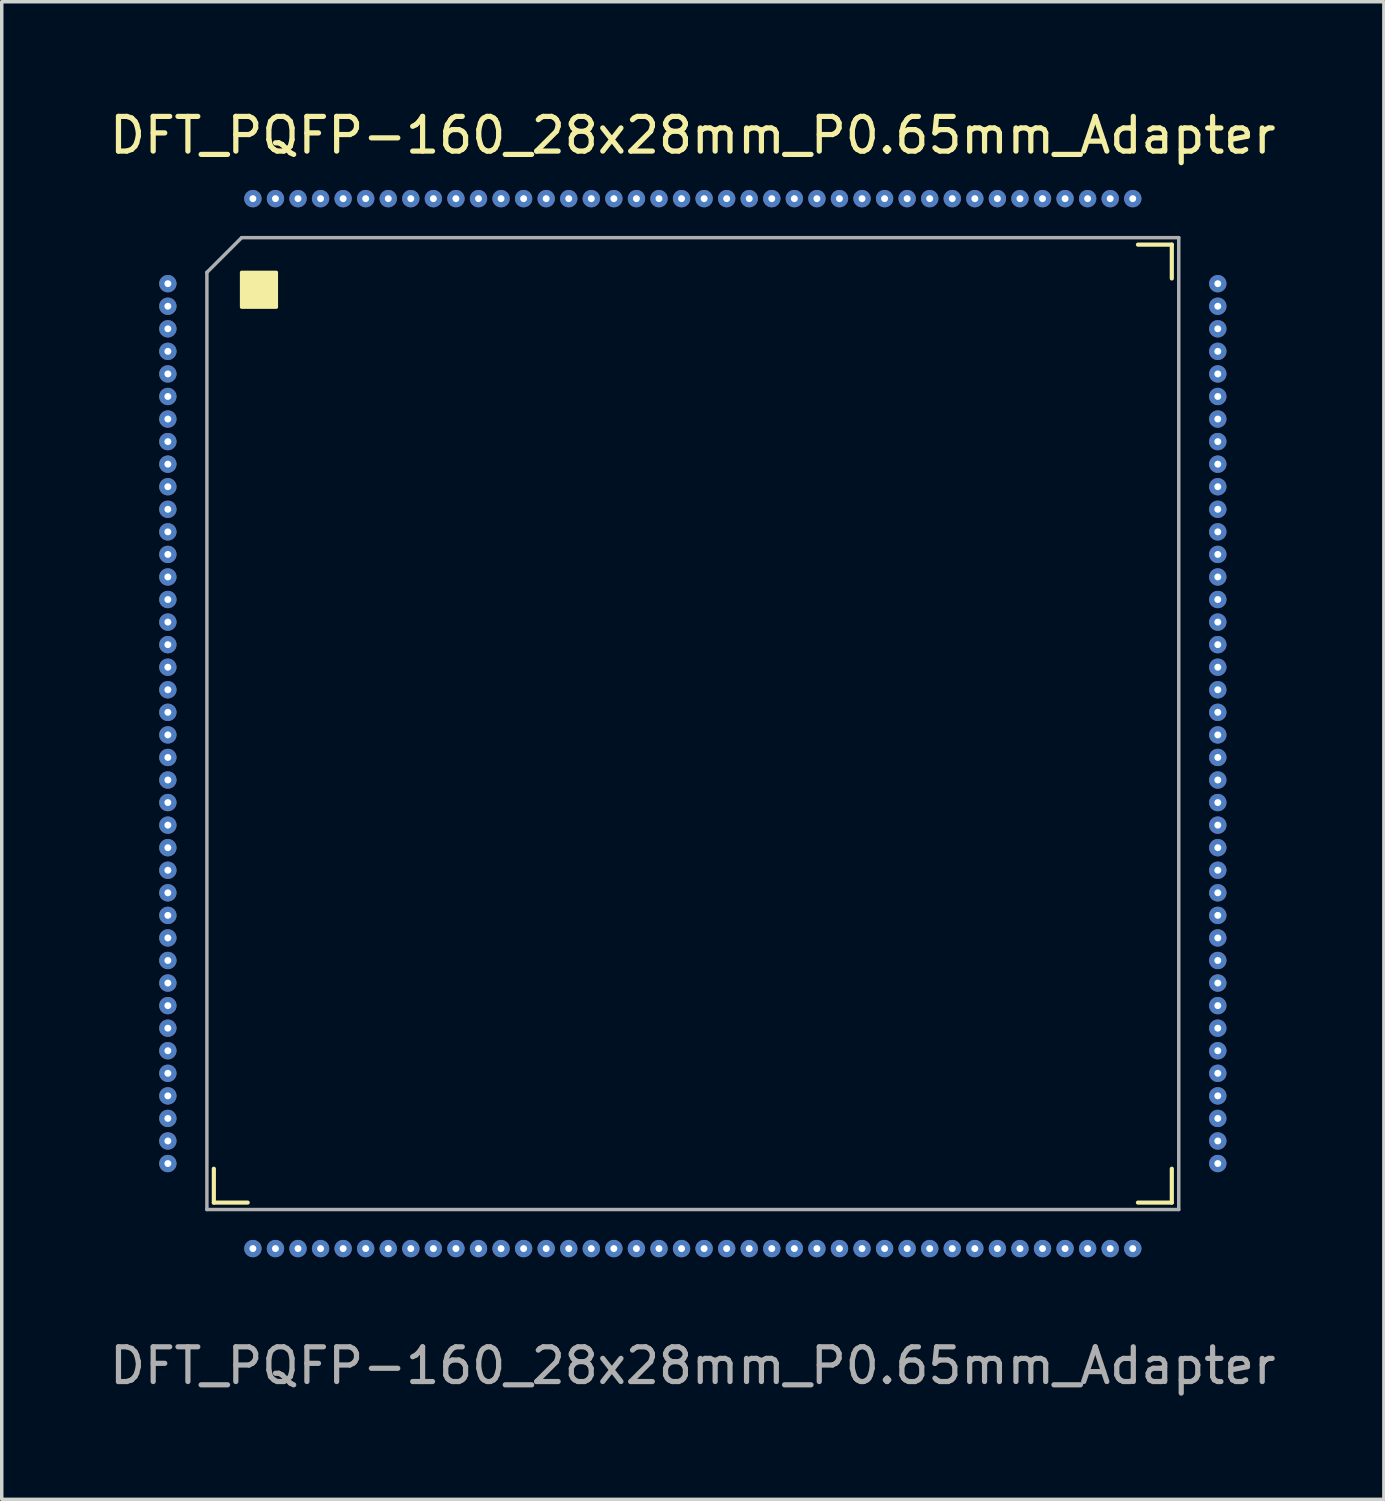
<source format=kicad_pcb>
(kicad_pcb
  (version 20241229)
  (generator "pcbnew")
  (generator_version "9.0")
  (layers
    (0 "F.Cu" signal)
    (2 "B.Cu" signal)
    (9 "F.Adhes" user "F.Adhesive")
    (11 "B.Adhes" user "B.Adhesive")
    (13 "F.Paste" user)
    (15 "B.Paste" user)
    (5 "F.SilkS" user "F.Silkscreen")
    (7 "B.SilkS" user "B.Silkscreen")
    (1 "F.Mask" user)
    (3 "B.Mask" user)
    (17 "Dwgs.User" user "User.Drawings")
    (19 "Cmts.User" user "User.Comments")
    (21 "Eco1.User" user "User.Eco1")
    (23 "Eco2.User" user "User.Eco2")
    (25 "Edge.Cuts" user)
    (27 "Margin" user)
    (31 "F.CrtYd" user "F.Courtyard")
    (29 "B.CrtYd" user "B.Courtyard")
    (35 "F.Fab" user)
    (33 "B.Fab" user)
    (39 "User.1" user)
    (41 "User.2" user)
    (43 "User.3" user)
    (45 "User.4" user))
  (footprint "DFT_PQFP-160_28x28mm_P0.65mm_Adapter"
    (layer "F.Cu")
    (at 16.911 17.798)
    (property "Reference" "DFT_PQFP-160_28x28mm_P0.65mm_Adapter" (at 0 -16.95 0) (layer "F.SilkS") (effects (font (size 1 1) (thickness 0.15))))
    (attr smd)
    (fp_line (start -13.8 13.8) (end -13.8 12.825) (stroke (width 0.12) (type solid)) (layer "F.SilkS"))
    (fp_line (start -12.825 13.8) (end -13.8 13.8) (stroke (width 0.12) (type solid)) (layer "F.SilkS"))
    (fp_line (start 12.825 -13.8) (end 13.8 -13.8) (stroke (width 0.12) (type solid)) (layer "F.SilkS"))
    (fp_line (start 12.825 13.8) (end 13.8 13.8) (stroke (width 0.12) (type solid)) (layer "F.SilkS"))
    (fp_line (start 13.8 -13.8) (end 13.8 -12.825) (stroke (width 0.12) (type solid)) (layer "F.SilkS"))
    (fp_line (start 13.8 13.8) (end 13.8 12.825) (stroke (width 0.12) (type solid)) (layer "F.SilkS"))
    (fp_poly (pts (xy -13 -13) (xy -12.5 -13) (xy -12 -13) (xy -12 -12) (xy -13 -12) (xy -13 -12.5)) (stroke (width 0.1) (type solid)) (fill yes) (layer "F.SilkS"))
    (fp_line (start -14 -13) (end -13 -14) (stroke (width 0.1) (type solid)) (layer "F.Fab"))
    (fp_line (start -14 14) (end -14 -13) (stroke (width 0.1) (type solid)) (layer "F.Fab"))
    (fp_line (start -13 -14) (end 14 -14) (stroke (width 0.1) (type solid)) (layer "F.Fab"))
    (fp_line (start 14 -14) (end 14 14) (stroke (width 0.1) (type solid)) (layer "F.Fab"))
    (fp_line (start 14 14) (end -14 14) (stroke (width 0.1) (type solid)) (layer "F.Fab"))
    (fp_text user "${REFERENCE}" (at 0 18.5 0) (layer "F.Fab") (effects (font (size 1 1) (thickness 0.15))))
    (pad "1" thru_hole circle (at -15.125 -12.675) (size 0.5 0.5) (drill 0.2) (layers "*.Cu" "*.Mask"))
    (pad "2" thru_hole circle (at -15.125 -12.025) (size 0.5 0.5) (drill 0.2) (layers "*.Cu" "*.Mask"))
    (pad "3" thru_hole circle (at -15.125 -11.375) (size 0.5 0.5) (drill 0.2) (layers "*.Cu" "*.Mask"))
    (pad "4" thru_hole circle (at -15.125 -10.725) (size 0.5 0.5) (drill 0.2) (layers "*.Cu" "*.Mask"))
    (pad "5" thru_hole circle (at -15.125 -10.075) (size 0.5 0.5) (drill 0.2) (layers "*.Cu" "*.Mask"))
    (pad "6" thru_hole circle (at -15.125 -9.425) (size 0.5 0.5) (drill 0.2) (layers "*.Cu" "*.Mask"))
    (pad "7" thru_hole circle (at -15.125 -8.775) (size 0.5 0.5) (drill 0.2) (layers "*.Cu" "*.Mask"))
    (pad "8" thru_hole circle (at -15.125 -8.125) (size 0.5 0.5) (drill 0.2) (layers "*.Cu" "*.Mask"))
    (pad "9" thru_hole circle (at -15.125 -7.475) (size 0.5 0.5) (drill 0.2) (layers "*.Cu" "*.Mask"))
    (pad "10" thru_hole circle (at -15.125 -6.825) (size 0.5 0.5) (drill 0.2) (layers "*.Cu" "*.Mask"))
    (pad "11" thru_hole circle (at -15.125 -6.175) (size 0.5 0.5) (drill 0.2) (layers "*.Cu" "*.Mask"))
    (pad "12" thru_hole circle (at -15.125 -5.525) (size 0.5 0.5) (drill 0.2) (layers "*.Cu" "*.Mask"))
    (pad "13" thru_hole circle (at -15.125 -4.875) (size 0.5 0.5) (drill 0.2) (layers "*.Cu" "*.Mask"))
    (pad "14" thru_hole circle (at -15.125 -4.225) (size 0.5 0.5) (drill 0.2) (layers "*.Cu" "*.Mask"))
    (pad "15" thru_hole circle (at -15.125 -3.575) (size 0.5 0.5) (drill 0.2) (layers "*.Cu" "*.Mask"))
    (pad "16" thru_hole circle (at -15.125 -2.925) (size 0.5 0.5) (drill 0.2) (layers "*.Cu" "*.Mask"))
    (pad "17" thru_hole circle (at -15.125 -2.275) (size 0.5 0.5) (drill 0.2) (layers "*.Cu" "*.Mask"))
    (pad "18" thru_hole circle (at -15.125 -1.625) (size 0.5 0.5) (drill 0.2) (layers "*.Cu" "*.Mask"))
    (pad "19" thru_hole circle (at -15.125 -0.975) (size 0.5 0.5) (drill 0.2) (layers "*.Cu" "*.Mask"))
    (pad "20" thru_hole circle (at -15.125 -0.325) (size 0.5 0.5) (drill 0.2) (layers "*.Cu" "*.Mask"))
    (pad "21" thru_hole circle (at -15.125 0.325) (size 0.5 0.5) (drill 0.2) (layers "*.Cu" "*.Mask"))
    (pad "22" thru_hole circle (at -15.125 0.975) (size 0.5 0.5) (drill 0.2) (layers "*.Cu" "*.Mask"))
    (pad "23" thru_hole circle (at -15.125 1.625) (size 0.5 0.5) (drill 0.2) (layers "*.Cu" "*.Mask"))
    (pad "24" thru_hole circle (at -15.125 2.275) (size 0.5 0.5) (drill 0.2) (layers "*.Cu" "*.Mask"))
    (pad "25" thru_hole circle (at -15.125 2.925) (size 0.5 0.5) (drill 0.2) (layers "*.Cu" "*.Mask"))
    (pad "26" thru_hole circle (at -15.125 3.575) (size 0.5 0.5) (drill 0.2) (layers "*.Cu" "*.Mask"))
    (pad "27" thru_hole circle (at -15.125 4.225) (size 0.5 0.5) (drill 0.2) (layers "*.Cu" "*.Mask"))
    (pad "28" thru_hole circle (at -15.125 4.875) (size 0.5 0.5) (drill 0.2) (layers "*.Cu" "*.Mask"))
    (pad "29" thru_hole circle (at -15.125 5.525) (size 0.5 0.5) (drill 0.2) (layers "*.Cu" "*.Mask"))
    (pad "30" thru_hole circle (at -15.125 6.175) (size 0.5 0.5) (drill 0.2) (layers "*.Cu" "*.Mask"))
    (pad "31" thru_hole circle (at -15.125 6.825) (size 0.5 0.5) (drill 0.2) (layers "*.Cu" "*.Mask"))
    (pad "32" thru_hole circle (at -15.125 7.475) (size 0.5 0.5) (drill 0.2) (layers "*.Cu" "*.Mask"))
    (pad "33" thru_hole circle (at -15.125 8.125) (size 0.5 0.5) (drill 0.2) (layers "*.Cu" "*.Mask"))
    (pad "34" thru_hole circle (at -15.125 8.775) (size 0.5 0.5) (drill 0.2) (layers "*.Cu" "*.Mask"))
    (pad "35" thru_hole circle (at -15.125 9.425) (size 0.5 0.5) (drill 0.2) (layers "*.Cu" "*.Mask"))
    (pad "36" thru_hole circle (at -15.125 10.075) (size 0.5 0.5) (drill 0.2) (layers "*.Cu" "*.Mask"))
    (pad "37" thru_hole circle (at -15.125 10.725) (size 0.5 0.5) (drill 0.2) (layers "*.Cu" "*.Mask"))
    (pad "38" thru_hole circle (at -15.125 11.375) (size 0.5 0.5) (drill 0.2) (layers "*.Cu" "*.Mask"))
    (pad "39" thru_hole circle (at -15.125 12.025) (size 0.5 0.5) (drill 0.2) (layers "*.Cu" "*.Mask"))
    (pad "40" thru_hole circle (at -15.125 12.675) (size 0.5 0.5) (drill 0.2) (layers "*.Cu" "*.Mask"))
    (pad "41" thru_hole circle (at -12.675 15.125) (size 0.5 0.5) (drill 0.2) (layers "*.Cu" "*.Mask"))
    (pad "42" thru_hole circle (at -12.025 15.125) (size 0.5 0.5) (drill 0.2) (layers "*.Cu" "*.Mask"))
    (pad "43" thru_hole circle (at -11.375 15.125) (size 0.5 0.5) (drill 0.2) (layers "*.Cu" "*.Mask"))
    (pad "44" thru_hole circle (at -10.725 15.125) (size 0.5 0.5) (drill 0.2) (layers "*.Cu" "*.Mask"))
    (pad "45" thru_hole circle (at -10.075 15.125) (size 0.5 0.5) (drill 0.2) (layers "*.Cu" "*.Mask"))
    (pad "46" thru_hole circle (at -9.425 15.125) (size 0.5 0.5) (drill 0.2) (layers "*.Cu" "*.Mask"))
    (pad "47" thru_hole circle (at -8.775 15.125) (size 0.5 0.5) (drill 0.2) (layers "*.Cu" "*.Mask"))
    (pad "48" thru_hole circle (at -8.125 15.125) (size 0.5 0.5) (drill 0.2) (layers "*.Cu" "*.Mask"))
    (pad "49" thru_hole circle (at -7.475 15.125) (size 0.5 0.5) (drill 0.2) (layers "*.Cu" "*.Mask"))
    (pad "50" thru_hole circle (at -6.825 15.125) (size 0.5 0.5) (drill 0.2) (layers "*.Cu" "*.Mask"))
    (pad "51" thru_hole circle (at -6.175 15.125) (size 0.5 0.5) (drill 0.2) (layers "*.Cu" "*.Mask"))
    (pad "52" thru_hole circle (at -5.525 15.125) (size 0.5 0.5) (drill 0.2) (layers "*.Cu" "*.Mask"))
    (pad "53" thru_hole circle (at -4.875 15.125) (size 0.5 0.5) (drill 0.2) (layers "*.Cu" "*.Mask"))
    (pad "54" thru_hole circle (at -4.225 15.125) (size 0.5 0.5) (drill 0.2) (layers "*.Cu" "*.Mask"))
    (pad "55" thru_hole circle (at -3.575 15.125) (size 0.5 0.5) (drill 0.2) (layers "*.Cu" "*.Mask"))
    (pad "56" thru_hole circle (at -2.925 15.125) (size 0.5 0.5) (drill 0.2) (layers "*.Cu" "*.Mask"))
    (pad "57" thru_hole circle (at -2.275 15.125) (size 0.5 0.5) (drill 0.2) (layers "*.Cu" "*.Mask"))
    (pad "58" thru_hole circle (at -1.625 15.125) (size 0.5 0.5) (drill 0.2) (layers "*.Cu" "*.Mask"))
    (pad "59" thru_hole circle (at -0.975 15.125) (size 0.5 0.5) (drill 0.2) (layers "*.Cu" "*.Mask"))
    (pad "60" thru_hole circle (at -0.325 15.125) (size 0.5 0.5) (drill 0.2) (layers "*.Cu" "*.Mask"))
    (pad "61" thru_hole circle (at 0.325 15.125) (size 0.5 0.5) (drill 0.2) (layers "*.Cu" "*.Mask"))
    (pad "62" thru_hole circle (at 0.975 15.125) (size 0.5 0.5) (drill 0.2) (layers "*.Cu" "*.Mask"))
    (pad "63" thru_hole circle (at 1.625 15.125) (size 0.5 0.5) (drill 0.2) (layers "*.Cu" "*.Mask"))
    (pad "64" thru_hole circle (at 2.275 15.125) (size 0.5 0.5) (drill 0.2) (layers "*.Cu" "*.Mask"))
    (pad "65" thru_hole circle (at 2.925 15.125) (size 0.5 0.5) (drill 0.2) (layers "*.Cu" "*.Mask"))
    (pad "66" thru_hole circle (at 3.575 15.125) (size 0.5 0.5) (drill 0.2) (layers "*.Cu" "*.Mask"))
    (pad "67" thru_hole circle (at 4.225 15.125) (size 0.5 0.5) (drill 0.2) (layers "*.Cu" "*.Mask"))
    (pad "68" thru_hole circle (at 4.875 15.125) (size 0.5 0.5) (drill 0.2) (layers "*.Cu" "*.Mask"))
    (pad "69" thru_hole circle (at 5.525 15.125) (size 0.5 0.5) (drill 0.2) (layers "*.Cu" "*.Mask"))
    (pad "70" thru_hole circle (at 6.175 15.125) (size 0.5 0.5) (drill 0.2) (layers "*.Cu" "*.Mask"))
    (pad "71" thru_hole circle (at 6.825 15.125) (size 0.5 0.5) (drill 0.2) (layers "*.Cu" "*.Mask"))
    (pad "72" thru_hole circle (at 7.475 15.125) (size 0.5 0.5) (drill 0.2) (layers "*.Cu" "*.Mask"))
    (pad "73" thru_hole circle (at 8.125 15.125) (size 0.5 0.5) (drill 0.2) (layers "*.Cu" "*.Mask"))
    (pad "74" thru_hole circle (at 8.775 15.125) (size 0.5 0.5) (drill 0.2) (layers "*.Cu" "*.Mask"))
    (pad "75" thru_hole circle (at 9.425 15.125) (size 0.5 0.5) (drill 0.2) (layers "*.Cu" "*.Mask"))
    (pad "76" thru_hole circle (at 10.075 15.125) (size 0.5 0.5) (drill 0.2) (layers "*.Cu" "*.Mask"))
    (pad "77" thru_hole circle (at 10.725 15.125) (size 0.5 0.5) (drill 0.2) (layers "*.Cu" "*.Mask"))
    (pad "78" thru_hole circle (at 11.375 15.125) (size 0.5 0.5) (drill 0.2) (layers "*.Cu" "*.Mask"))
    (pad "79" thru_hole circle (at 12.025 15.125) (size 0.5 0.5) (drill 0.2) (layers "*.Cu" "*.Mask"))
    (pad "80" thru_hole circle (at 12.675 15.125) (size 0.5 0.5) (drill 0.2) (layers "*.Cu" "*.Mask"))
    (pad "81" thru_hole circle (at 15.125 12.675) (size 0.5 0.5) (drill 0.2) (layers "*.Cu" "*.Mask"))
    (pad "82" thru_hole circle (at 15.125 12.025) (size 0.5 0.5) (drill 0.2) (layers "*.Cu" "*.Mask"))
    (pad "83" thru_hole circle (at 15.125 11.375) (size 0.5 0.5) (drill 0.2) (layers "*.Cu" "*.Mask"))
    (pad "84" thru_hole circle (at 15.125 10.725) (size 0.5 0.5) (drill 0.2) (layers "*.Cu" "*.Mask"))
    (pad "85" thru_hole circle (at 15.125 10.075) (size 0.5 0.5) (drill 0.2) (layers "*.Cu" "*.Mask"))
    (pad "86" thru_hole circle (at 15.125 9.425) (size 0.5 0.5) (drill 0.2) (layers "*.Cu" "*.Mask"))
    (pad "87" thru_hole circle (at 15.125 8.775) (size 0.5 0.5) (drill 0.2) (layers "*.Cu" "*.Mask"))
    (pad "88" thru_hole circle (at 15.125 8.125) (size 0.5 0.5) (drill 0.2) (layers "*.Cu" "*.Mask"))
    (pad "89" thru_hole circle (at 15.125 7.475) (size 0.5 0.5) (drill 0.2) (layers "*.Cu" "*.Mask"))
    (pad "90" thru_hole circle (at 15.125 6.825) (size 0.5 0.5) (drill 0.2) (layers "*.Cu" "*.Mask"))
    (pad "91" thru_hole circle (at 15.125 6.175) (size 0.5 0.5) (drill 0.2) (layers "*.Cu" "*.Mask"))
    (pad "92" thru_hole circle (at 15.125 5.525) (size 0.5 0.5) (drill 0.2) (layers "*.Cu" "*.Mask"))
    (pad "93" thru_hole circle (at 15.125 4.875) (size 0.5 0.5) (drill 0.2) (layers "*.Cu" "*.Mask"))
    (pad "94" thru_hole circle (at 15.125 4.225) (size 0.5 0.5) (drill 0.2) (layers "*.Cu" "*.Mask"))
    (pad "95" thru_hole circle (at 15.125 3.575) (size 0.5 0.5) (drill 0.2) (layers "*.Cu" "*.Mask"))
    (pad "96" thru_hole circle (at 15.125 2.925) (size 0.5 0.5) (drill 0.2) (layers "*.Cu" "*.Mask"))
    (pad "97" thru_hole circle (at 15.125 2.275) (size 0.5 0.5) (drill 0.2) (layers "*.Cu" "*.Mask"))
    (pad "98" thru_hole circle (at 15.125 1.625) (size 0.5 0.5) (drill 0.2) (layers "*.Cu" "*.Mask"))
    (pad "99" thru_hole circle (at 15.125 0.975) (size 0.5 0.5) (drill 0.2) (layers "*.Cu" "*.Mask"))
    (pad "100" thru_hole circle (at 15.125 0.325) (size 0.5 0.5) (drill 0.2) (layers "*.Cu" "*.Mask"))
    (pad "101" thru_hole circle (at 15.125 -0.325) (size 0.5 0.5) (drill 0.2) (layers "*.Cu" "*.Mask"))
    (pad "102" thru_hole circle (at 15.125 -0.975) (size 0.5 0.5) (drill 0.2) (layers "*.Cu" "*.Mask"))
    (pad "103" thru_hole circle (at 15.125 -1.625) (size 0.5 0.5) (drill 0.2) (layers "*.Cu" "*.Mask"))
    (pad "104" thru_hole circle (at 15.125 -2.275) (size 0.5 0.5) (drill 0.2) (layers "*.Cu" "*.Mask"))
    (pad "105" thru_hole circle (at 15.125 -2.925) (size 0.5 0.5) (drill 0.2) (layers "*.Cu" "*.Mask"))
    (pad "106" thru_hole circle (at 15.125 -3.575) (size 0.5 0.5) (drill 0.2) (layers "*.Cu" "*.Mask"))
    (pad "107" thru_hole circle (at 15.125 -4.225) (size 0.5 0.5) (drill 0.2) (layers "*.Cu" "*.Mask"))
    (pad "108" thru_hole circle (at 15.125 -4.875) (size 0.5 0.5) (drill 0.2) (layers "*.Cu" "*.Mask"))
    (pad "109" thru_hole circle (at 15.125 -5.525) (size 0.5 0.5) (drill 0.2) (layers "*.Cu" "*.Mask"))
    (pad "110" thru_hole circle (at 15.125 -6.175) (size 0.5 0.5) (drill 0.2) (layers "*.Cu" "*.Mask"))
    (pad "111" thru_hole circle (at 15.125 -6.825) (size 0.5 0.5) (drill 0.2) (layers "*.Cu" "*.Mask"))
    (pad "112" thru_hole circle (at 15.125 -7.475) (size 0.5 0.5) (drill 0.2) (layers "*.Cu" "*.Mask"))
    (pad "113" thru_hole circle (at 15.125 -8.125) (size 0.5 0.5) (drill 0.2) (layers "*.Cu" "*.Mask"))
    (pad "114" thru_hole circle (at 15.125 -8.775) (size 0.5 0.5) (drill 0.2) (layers "*.Cu" "*.Mask"))
    (pad "115" thru_hole circle (at 15.125 -9.425) (size 0.5 0.5) (drill 0.2) (layers "*.Cu" "*.Mask"))
    (pad "116" thru_hole circle (at 15.125 -10.075) (size 0.5 0.5) (drill 0.2) (layers "*.Cu" "*.Mask"))
    (pad "117" thru_hole circle (at 15.125 -10.725) (size 0.5 0.5) (drill 0.2) (layers "*.Cu" "*.Mask"))
    (pad "118" thru_hole circle (at 15.125 -11.375) (size 0.5 0.5) (drill 0.2) (layers "*.Cu" "*.Mask"))
    (pad "119" thru_hole circle (at 15.125 -12.025) (size 0.5 0.5) (drill 0.2) (layers "*.Cu" "*.Mask"))
    (pad "120" thru_hole circle (at 15.125 -12.675) (size 0.5 0.5) (drill 0.2) (layers "*.Cu" "*.Mask"))
    (pad "121" thru_hole circle (at 12.675 -15.125) (size 0.5 0.5) (drill 0.2) (layers "*.Cu" "*.Mask"))
    (pad "122" thru_hole circle (at 12.025 -15.125) (size 0.5 0.5) (drill 0.2) (layers "*.Cu" "*.Mask"))
    (pad "123" thru_hole circle (at 11.375 -15.125) (size 0.5 0.5) (drill 0.2) (layers "*.Cu" "*.Mask"))
    (pad "124" thru_hole circle (at 10.725 -15.125) (size 0.5 0.5) (drill 0.2) (layers "*.Cu" "*.Mask"))
    (pad "125" thru_hole circle (at 10.075 -15.125) (size 0.5 0.5) (drill 0.2) (layers "*.Cu" "*.Mask"))
    (pad "126" thru_hole circle (at 9.425 -15.125) (size 0.5 0.5) (drill 0.2) (layers "*.Cu" "*.Mask"))
    (pad "127" thru_hole circle (at 8.775 -15.125) (size 0.5 0.5) (drill 0.2) (layers "*.Cu" "*.Mask"))
    (pad "128" thru_hole circle (at 8.125 -15.125) (size 0.5 0.5) (drill 0.2) (layers "*.Cu" "*.Mask"))
    (pad "129" thru_hole circle (at 7.475 -15.125) (size 0.5 0.5) (drill 0.2) (layers "*.Cu" "*.Mask"))
    (pad "130" thru_hole circle (at 6.825 -15.125) (size 0.5 0.5) (drill 0.2) (layers "*.Cu" "*.Mask"))
    (pad "131" thru_hole circle (at 6.175 -15.125) (size 0.5 0.5) (drill 0.2) (layers "*.Cu" "*.Mask"))
    (pad "132" thru_hole circle (at 5.525 -15.125) (size 0.5 0.5) (drill 0.2) (layers "*.Cu" "*.Mask"))
    (pad "133" thru_hole circle (at 4.875 -15.125) (size 0.5 0.5) (drill 0.2) (layers "*.Cu" "*.Mask"))
    (pad "134" thru_hole circle (at 4.225 -15.125) (size 0.5 0.5) (drill 0.2) (layers "*.Cu" "*.Mask"))
    (pad "135" thru_hole circle (at 3.575 -15.125) (size 0.5 0.5) (drill 0.2) (layers "*.Cu" "*.Mask"))
    (pad "136" thru_hole circle (at 2.925 -15.125) (size 0.5 0.5) (drill 0.2) (layers "*.Cu" "*.Mask"))
    (pad "137" thru_hole circle (at 2.275 -15.125) (size 0.5 0.5) (drill 0.2) (layers "*.Cu" "*.Mask"))
    (pad "138" thru_hole circle (at 1.625 -15.125) (size 0.5 0.5) (drill 0.2) (layers "*.Cu" "*.Mask"))
    (pad "139" thru_hole circle (at 0.975 -15.125) (size 0.5 0.5) (drill 0.2) (layers "*.Cu" "*.Mask"))
    (pad "140" thru_hole circle (at 0.325 -15.125) (size 0.5 0.5) (drill 0.2) (layers "*.Cu" "*.Mask"))
    (pad "141" thru_hole circle (at -0.325 -15.125) (size 0.5 0.5) (drill 0.2) (layers "*.Cu" "*.Mask"))
    (pad "142" thru_hole circle (at -0.975 -15.125) (size 0.5 0.5) (drill 0.2) (layers "*.Cu" "*.Mask"))
    (pad "143" thru_hole circle (at -1.625 -15.125) (size 0.5 0.5) (drill 0.2) (layers "*.Cu" "*.Mask"))
    (pad "144" thru_hole circle (at -2.275 -15.125) (size 0.5 0.5) (drill 0.2) (layers "*.Cu" "*.Mask"))
    (pad "145" thru_hole circle (at -2.925 -15.125) (size 0.5 0.5) (drill 0.2) (layers "*.Cu" "*.Mask"))
    (pad "146" thru_hole circle (at -3.575 -15.125) (size 0.5 0.5) (drill 0.2) (layers "*.Cu" "*.Mask"))
    (pad "147" thru_hole circle (at -4.225 -15.125) (size 0.5 0.5) (drill 0.2) (layers "*.Cu" "*.Mask"))
    (pad "148" thru_hole circle (at -4.875 -15.125) (size 0.5 0.5) (drill 0.2) (layers "*.Cu" "*.Mask"))
    (pad "149" thru_hole circle (at -5.525 -15.125) (size 0.5 0.5) (drill 0.2) (layers "*.Cu" "*.Mask"))
    (pad "150" thru_hole circle (at -6.175 -15.125) (size 0.5 0.5) (drill 0.2) (layers "*.Cu" "*.Mask"))
    (pad "151" thru_hole circle (at -6.825 -15.125) (size 0.5 0.5) (drill 0.2) (layers "*.Cu" "*.Mask"))
    (pad "152" thru_hole circle (at -7.475 -15.125) (size 0.5 0.5) (drill 0.2) (layers "*.Cu" "*.Mask"))
    (pad "153" thru_hole circle (at -8.125 -15.125) (size 0.5 0.5) (drill 0.2) (layers "*.Cu" "*.Mask"))
    (pad "154" thru_hole circle (at -8.775 -15.125) (size 0.5 0.5) (drill 0.2) (layers "*.Cu" "*.Mask"))
    (pad "155" thru_hole circle (at -9.425 -15.125) (size 0.5 0.5) (drill 0.2) (layers "*.Cu" "*.Mask"))
    (pad "156" thru_hole circle (at -10.075 -15.125) (size 0.5 0.5) (drill 0.2) (layers "*.Cu" "*.Mask"))
    (pad "157" thru_hole circle (at -10.725 -15.125) (size 0.5 0.5) (drill 0.2) (layers "*.Cu" "*.Mask"))
    (pad "158" thru_hole circle (at -11.375 -15.125) (size 0.5 0.5) (drill 0.2) (layers "*.Cu" "*.Mask"))
    (pad "159" thru_hole circle (at -12.025 -15.125) (size 0.5 0.5) (drill 0.2) (layers "*.Cu" "*.Mask"))
    (pad "160" thru_hole circle (at -12.675 -15.125) (size 0.5 0.5) (drill 0.2) (layers "*.Cu" "*.Mask")))
  (gr_rect
    (start -3 -3)
    (end 36.821 40.147)
    (stroke (width 0.1) (type default))
    (fill no)
    (layer "Edge.Cuts")))
</source>
